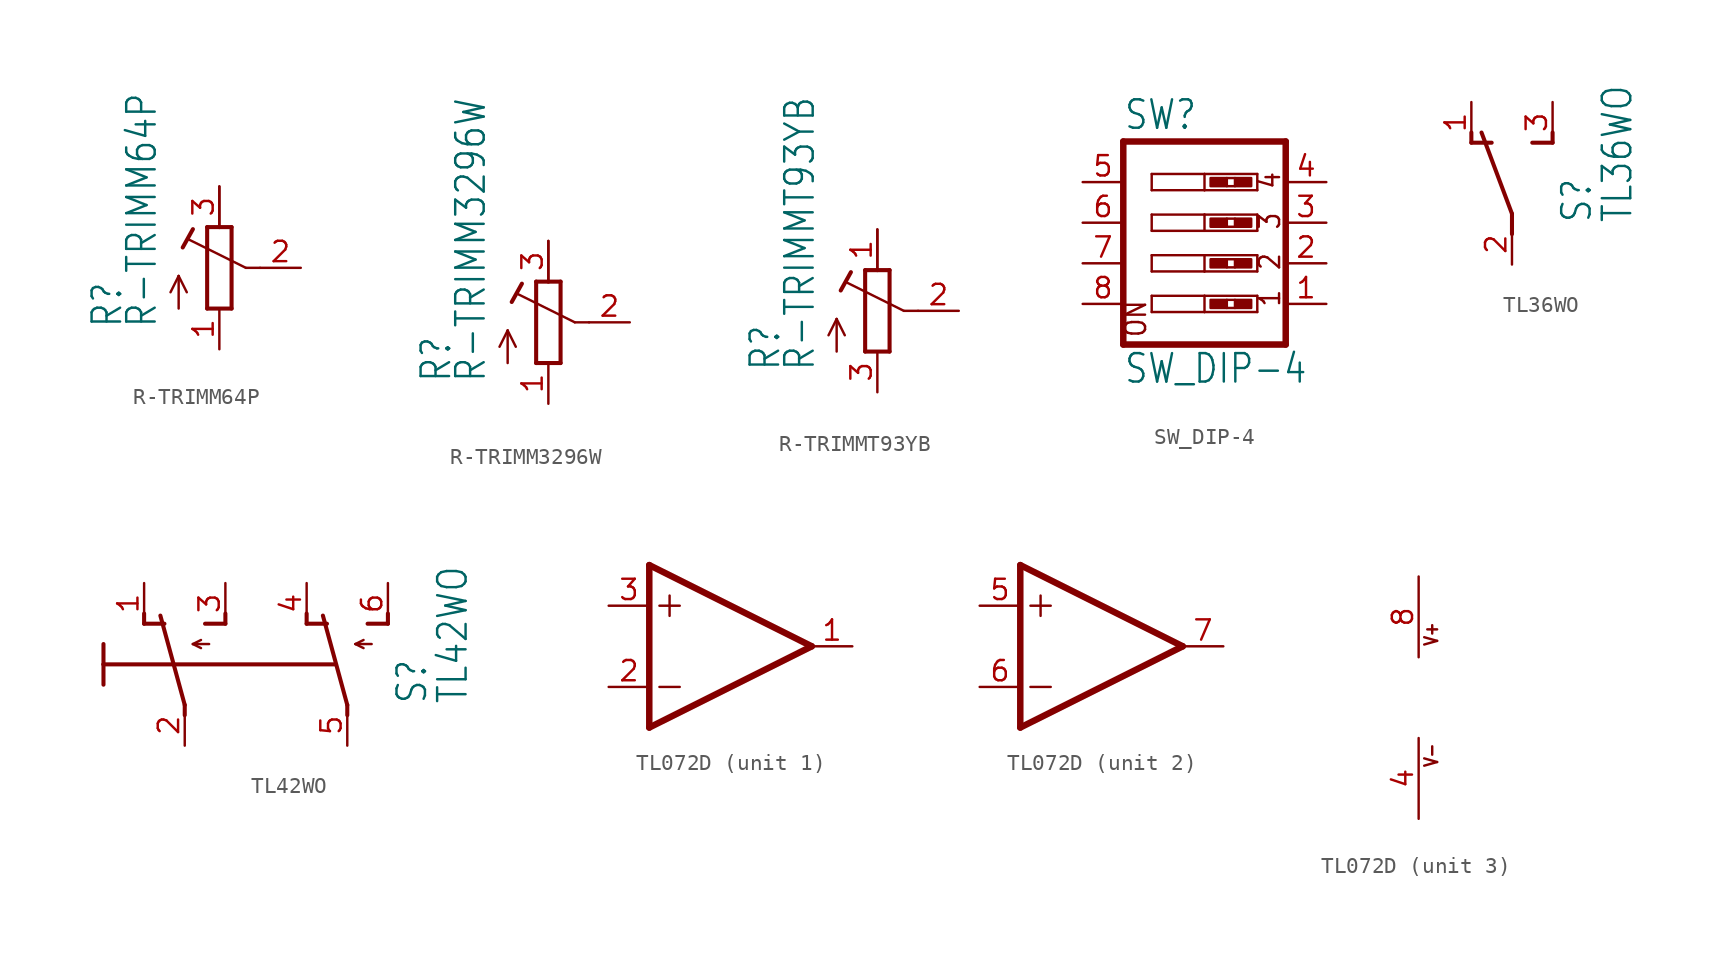
<source format=kicad_sym>
(kicad_symbol_lib
  (version 20211014)
  (generator kicad_symbol_editor)
  (symbol "R-TRIMM64P"
    (property "Reference" "R"
      (at -5.969 -3.81 90)
      (effects (font (size 1.778 1.511)) (justify left bottom)))
    (property "Value" "R-TRIMM64P"
      (at -3.81 -3.81 90)
      (effects (font (size 1.778 1.511)) (justify left bottom)))
    (property "ki_locked" ""
      (at 0 0 0)
      (effects (font (size 1.27 1.27))))
    (symbol "R-TRIMM64P_1_0"
      (polyline (pts (xy -2.54 -2.54) (xy -2.54 -0.508)) (stroke (width 0.152) (type default) (color 0 0 0 0)) (fill (type none)))
      (polyline (pts (xy -2.54 -0.508) (xy -3.048 -1.524)) (stroke (width 0.152) (type default) (color 0 0 0 0)) (fill (type none)))
      (polyline (pts (xy -2.54 -0.508) (xy -2.032 -1.524)) (stroke (width 0.152) (type default) (color 0 0 0 0)) (fill (type none)))
      (polyline (pts (xy -2.286 1.27) (xy -1.651 2.413)) (stroke (width 0.254) (type default) (color 0 0 0 0)) (fill (type none)))
      (polyline (pts (xy -0.762 -2.54) (xy 0.762 -2.54)) (stroke (width 0.254) (type default) (color 0 0 0 0)) (fill (type none)))
      (polyline (pts (xy -0.762 2.54) (xy -0.762 -2.54)) (stroke (width 0.254) (type default) (color 0 0 0 0)) (fill (type none)))
      (polyline (pts (xy 0 2.54) (xy -0.762 2.54)) (stroke (width 0.254) (type default) (color 0 0 0 0)) (fill (type none)))
      (polyline (pts (xy 0 2.54) (xy 0 5.08)) (stroke (width 0.152) (type default) (color 0 0 0 0)) (fill (type none)))
      (polyline (pts (xy 0.762 -2.54) (xy 0.762 2.54)) (stroke (width 0.254) (type default) (color 0 0 0 0)) (fill (type none)))
      (polyline (pts (xy 0.762 2.54) (xy 0 2.54)) (stroke (width 0.254) (type default) (color 0 0 0 0)) (fill (type none)))
      (polyline (pts (xy 1.651 0) (xy -1.88 1.753)) (stroke (width 0.152) (type default) (color 0 0 0 0)) (fill (type none)))
      (polyline (pts (xy 2.54 0) (xy 1.651 0)) (stroke (width 0.152) (type default) (color 0 0 0 0)) (fill (type none)))
      (pin passive line (at 0 -5.08 90) (length 2.54) (name "A" (effects (font (size 0 0)))) (number "1" (effects (font (size 1.27 1.27)))))
      (pin passive line (at 5.08 0 180) (length 2.54) (name "S" (effects (font (size 0 0)))) (number "2" (effects (font (size 1.27 1.27)))))
      (pin passive line (at 0 5.08 270) (length 2.54) (name "E" (effects (font (size 0 0)))) (number "3" (effects (font (size 1.27 1.27)))))))
  (symbol "R-TRIMM3296W"
    (property "Reference" "R"
      (at -5.969 -3.81 90)
      (effects (font (size 1.778 1.511)) (justify left bottom)))
    (property "Value" "R-TRIMM3296W"
      (at -3.81 -3.81 90)
      (effects (font (size 1.778 1.511)) (justify left bottom)))
    (property "ki_locked" ""
      (at 0 0 0)
      (effects (font (size 1.27 1.27))))
    (symbol "R-TRIMM3296W_1_0"
      (polyline (pts (xy -2.54 -2.54) (xy -2.54 -0.508)) (stroke (width 0.152) (type default) (color 0 0 0 0)) (fill (type none)))
      (polyline (pts (xy -2.54 -0.508) (xy -3.048 -1.524)) (stroke (width 0.152) (type default) (color 0 0 0 0)) (fill (type none)))
      (polyline (pts (xy -2.54 -0.508) (xy -2.032 -1.524)) (stroke (width 0.152) (type default) (color 0 0 0 0)) (fill (type none)))
      (polyline (pts (xy -2.286 1.27) (xy -1.651 2.413)) (stroke (width 0.254) (type default) (color 0 0 0 0)) (fill (type none)))
      (polyline (pts (xy -0.762 -2.54) (xy 0.762 -2.54)) (stroke (width 0.254) (type default) (color 0 0 0 0)) (fill (type none)))
      (polyline (pts (xy -0.762 2.54) (xy -0.762 -2.54)) (stroke (width 0.254) (type default) (color 0 0 0 0)) (fill (type none)))
      (polyline (pts (xy 0 2.54) (xy -0.762 2.54)) (stroke (width 0.254) (type default) (color 0 0 0 0)) (fill (type none)))
      (polyline (pts (xy 0 2.54) (xy 0 5.08)) (stroke (width 0.152) (type default) (color 0 0 0 0)) (fill (type none)))
      (polyline (pts (xy 0.762 -2.54) (xy 0.762 2.54)) (stroke (width 0.254) (type default) (color 0 0 0 0)) (fill (type none)))
      (polyline (pts (xy 0.762 2.54) (xy 0 2.54)) (stroke (width 0.254) (type default) (color 0 0 0 0)) (fill (type none)))
      (polyline (pts (xy 1.651 0) (xy -1.88 1.753)) (stroke (width 0.152) (type default) (color 0 0 0 0)) (fill (type none)))
      (polyline (pts (xy 2.54 0) (xy 1.651 0)) (stroke (width 0.152) (type default) (color 0 0 0 0)) (fill (type none)))
      (pin passive line (at 0 -5.08 90) (length 2.54) (name "A" (effects (font (size 0 0)))) (number "1" (effects (font (size 1.27 1.27)))))
      (pin passive line (at 5.08 0 180) (length 2.54) (name "S" (effects (font (size 0 0)))) (number "2" (effects (font (size 1.27 1.27)))))
      (pin passive line (at 0 5.08 270) (length 2.54) (name "E" (effects (font (size 0 0)))) (number "3" (effects (font (size 1.27 1.27)))))))
  (symbol "R-TRIMMT93YB"
    (property "Reference" "R"
      (at -5.969 -3.81 90)
      (effects (font (size 1.778 1.511)) (justify left bottom)))
    (property "Value" "R-TRIMMT93YB"
      (at -3.81 -3.81 90)
      (effects (font (size 1.778 1.511)) (justify left bottom)))
    (property "ki_locked" ""
      (at 0 0 0)
      (effects (font (size 1.27 1.27))))
    (symbol "R-TRIMMT93YB_1_0"
      (polyline (pts (xy -2.54 -2.54) (xy -2.54 -0.508)) (stroke (width 0.152) (type default) (color 0 0 0 0)) (fill (type none)))
      (polyline (pts (xy -2.54 -0.508) (xy -3.048 -1.524)) (stroke (width 0.152) (type default) (color 0 0 0 0)) (fill (type none)))
      (polyline (pts (xy -2.54 -0.508) (xy -2.032 -1.524)) (stroke (width 0.152) (type default) (color 0 0 0 0)) (fill (type none)))
      (polyline (pts (xy -2.286 1.27) (xy -1.651 2.413)) (stroke (width 0.254) (type default) (color 0 0 0 0)) (fill (type none)))
      (polyline (pts (xy -0.762 -2.54) (xy 0.762 -2.54)) (stroke (width 0.254) (type default) (color 0 0 0 0)) (fill (type none)))
      (polyline (pts (xy -0.762 2.54) (xy -0.762 -2.54)) (stroke (width 0.254) (type default) (color 0 0 0 0)) (fill (type none)))
      (polyline (pts (xy 0 2.54) (xy -0.762 2.54)) (stroke (width 0.254) (type default) (color 0 0 0 0)) (fill (type none)))
      (polyline (pts (xy 0 2.54) (xy 0 5.08)) (stroke (width 0.152) (type default) (color 0 0 0 0)) (fill (type none)))
      (polyline (pts (xy 0.762 -2.54) (xy 0.762 2.54)) (stroke (width 0.254) (type default) (color 0 0 0 0)) (fill (type none)))
      (polyline (pts (xy 0.762 2.54) (xy 0 2.54)) (stroke (width 0.254) (type default) (color 0 0 0 0)) (fill (type none)))
      (polyline (pts (xy 1.651 0) (xy -1.88 1.753)) (stroke (width 0.152) (type default) (color 0 0 0 0)) (fill (type none)))
      (polyline (pts (xy 2.54 0) (xy 1.651 0)) (stroke (width 0.152) (type default) (color 0 0 0 0)) (fill (type none)))
      (pin passive line (at 0 5.08 270) (length 2.54) (name "E" (effects (font (size 0 0)))) (number "1" (effects (font (size 1.27 1.27)))))
      (pin passive line (at 5.08 0 180) (length 2.54) (name "S" (effects (font (size 0 0)))) (number "2" (effects (font (size 1.27 1.27)))))
      (pin passive line (at 0 -5.08 90) (length 2.54) (name "A" (effects (font (size 0 0)))) (number "3" (effects (font (size 1.27 1.27)))))))
  (symbol "SW_DIP-4"
    (property "Reference" "SW"
      (at -5.08 5.715 0)
      (effects (font (size 1.778 1.511)) (justify left bottom)))
    (property "Value" "SW_DIP-4"
      (at -5.08 -10.16 0)
      (effects (font (size 1.778 1.511)) (justify left bottom)))
    (property "ki_locked" ""
      (at 0 0 0)
      (effects (font (size 1.27 1.27))))
    (symbol "SW_DIP-4_1_0"
      (polyline (pts (xy -5.08 -7.62) (xy 5.08 -7.62)) (stroke (width 0.406) (type default) (color 0 0 0 0)) (fill (type none)))
      (polyline (pts (xy -5.08 5.08) (xy -5.08 -7.62)) (stroke (width 0.406) (type default) (color 0 0 0 0)) (fill (type none)))
      (polyline (pts (xy -3.302 -5.588) (xy -3.302 -4.572)) (stroke (width 0.152) (type default) (color 0 0 0 0)) (fill (type none)))
      (polyline (pts (xy -3.302 -4.572) (xy 0 -4.572)) (stroke (width 0.152) (type default) (color 0 0 0 0)) (fill (type none)))
      (polyline (pts (xy -3.302 -3.048) (xy -3.302 -2.032)) (stroke (width 0.152) (type default) (color 0 0 0 0)) (fill (type none)))
      (polyline (pts (xy -3.302 -2.032) (xy 0 -2.032)) (stroke (width 0.152) (type default) (color 0 0 0 0)) (fill (type none)))
      (polyline (pts (xy -3.302 -0.508) (xy -3.302 0.508)) (stroke (width 0.152) (type default) (color 0 0 0 0)) (fill (type none)))
      (polyline (pts (xy -3.302 0.508) (xy 0 0.508)) (stroke (width 0.152) (type default) (color 0 0 0 0)) (fill (type none)))
      (polyline (pts (xy -3.302 2.032) (xy -3.302 3.048)) (stroke (width 0.152) (type default) (color 0 0 0 0)) (fill (type none)))
      (polyline (pts (xy -3.302 3.048) (xy 0 3.048)) (stroke (width 0.152) (type default) (color 0 0 0 0)) (fill (type none)))
      (polyline (pts (xy 0 -5.588) (xy -3.302 -5.588)) (stroke (width 0.152) (type default) (color 0 0 0 0)) (fill (type none)))
      (polyline (pts (xy 0 -4.572) (xy 0 -5.588)) (stroke (width 0.152) (type default) (color 0 0 0 0)) (fill (type none)))
      (polyline (pts (xy 0 -4.572) (xy 3.302 -4.572)) (stroke (width 0.152) (type default) (color 0 0 0 0)) (fill (type none)))
      (polyline (pts (xy 0 -3.048) (xy -3.302 -3.048)) (stroke (width 0.152) (type default) (color 0 0 0 0)) (fill (type none)))
      (polyline (pts (xy 0 -2.032) (xy 0 -3.048)) (stroke (width 0.152) (type default) (color 0 0 0 0)) (fill (type none)))
      (polyline (pts (xy 0 -2.032) (xy 3.302 -2.032)) (stroke (width 0.152) (type default) (color 0 0 0 0)) (fill (type none)))
      (polyline (pts (xy 0 -0.508) (xy -3.302 -0.508)) (stroke (width 0.152) (type default) (color 0 0 0 0)) (fill (type none)))
      (polyline (pts (xy 0 0.508) (xy 0 -0.508)) (stroke (width 0.152) (type default) (color 0 0 0 0)) (fill (type none)))
      (polyline (pts (xy 0 0.508) (xy 3.302 0.508)) (stroke (width 0.152) (type default) (color 0 0 0 0)) (fill (type none)))
      (polyline (pts (xy 0 2.032) (xy -3.302 2.032)) (stroke (width 0.152) (type default) (color 0 0 0 0)) (fill (type none)))
      (polyline (pts (xy 0 3.048) (xy 0 2.032)) (stroke (width 0.152) (type default) (color 0 0 0 0)) (fill (type none)))
      (polyline (pts (xy 0 3.048) (xy 3.302 3.048)) (stroke (width 0.152) (type default) (color 0 0 0 0)) (fill (type none)))
      (polyline (pts (xy 1.397 -5.334) (xy 1.905 -5.334)) (stroke (width 0) (type default) (color 0 0 0 0)) (fill (type none)))
      (polyline (pts (xy 1.397 -4.826) (xy 1.905 -4.826)) (stroke (width 0) (type default) (color 0 0 0 0)) (fill (type none)))
      (polyline (pts (xy 1.397 -2.794) (xy 1.905 -2.794)) (stroke (width 0) (type default) (color 0 0 0 0)) (fill (type none)))
      (polyline (pts (xy 1.397 -2.286) (xy 1.905 -2.286)) (stroke (width 0) (type default) (color 0 0 0 0)) (fill (type none)))
      (polyline (pts (xy 1.397 -0.254) (xy 1.905 -0.254)) (stroke (width 0) (type default) (color 0 0 0 0)) (fill (type none)))
      (polyline (pts (xy 1.397 0.254) (xy 1.905 0.254)) (stroke (width 0) (type default) (color 0 0 0 0)) (fill (type none)))
      (polyline (pts (xy 1.397 2.286) (xy 1.905 2.286)) (stroke (width 0) (type default) (color 0 0 0 0)) (fill (type none)))
      (polyline (pts (xy 1.397 2.794) (xy 1.905 2.794)) (stroke (width 0) (type default) (color 0 0 0 0)) (fill (type none)))
      (polyline (pts (xy 3.302 -5.588) (xy 0 -5.588)) (stroke (width 0.152) (type default) (color 0 0 0 0)) (fill (type none)))
      (polyline (pts (xy 3.302 -4.572) (xy 3.302 -5.588)) (stroke (width 0.152) (type default) (color 0 0 0 0)) (fill (type none)))
      (polyline (pts (xy 3.302 -3.048) (xy 0 -3.048)) (stroke (width 0.152) (type default) (color 0 0 0 0)) (fill (type none)))
      (polyline (pts (xy 3.302 -2.032) (xy 3.302 -3.048)) (stroke (width 0.152) (type default) (color 0 0 0 0)) (fill (type none)))
      (polyline (pts (xy 3.302 -0.508) (xy 0 -0.508)) (stroke (width 0.152) (type default) (color 0 0 0 0)) (fill (type none)))
      (polyline (pts (xy 3.302 0.508) (xy 3.302 -0.508)) (stroke (width 0.152) (type default) (color 0 0 0 0)) (fill (type none)))
      (polyline (pts (xy 3.302 2.032) (xy 0 2.032)) (stroke (width 0.152) (type default) (color 0 0 0 0)) (fill (type none)))
      (polyline (pts (xy 3.302 3.048) (xy 3.302 2.032)) (stroke (width 0.152) (type default) (color 0 0 0 0)) (fill (type none)))
      (polyline (pts (xy 5.08 -7.62) (xy 5.08 5.08)) (stroke (width 0.406) (type default) (color 0 0 0 0)) (fill (type none)))
      (polyline (pts (xy 5.08 5.08) (xy -5.08 5.08)) (stroke (width 0.406) (type default) (color 0 0 0 0)) (fill (type none)))
      (rectangle (start 0.381 -5.334) (end 1.397 -4.826) (stroke (width 0) (type default) (color 0 0 0 0)) (fill (type outline)))
      (rectangle (start 0.381 -2.794) (end 1.397 -2.286) (stroke (width 0) (type default) (color 0 0 0 0)) (fill (type outline)))
      (rectangle (start 0.381 -0.254) (end 1.397 0.254) (stroke (width 0) (type default) (color 0 0 0 0)) (fill (type outline)))
      (rectangle (start 0.381 2.286) (end 1.397 2.794) (stroke (width 0) (type default) (color 0 0 0 0)) (fill (type outline)))
      (rectangle (start 1.905 -5.334) (end 2.921 -4.826) (stroke (width 0) (type default) (color 0 0 0 0)) (fill (type outline)))
      (rectangle (start 1.905 -2.794) (end 2.921 -2.286) (stroke (width 0) (type default) (color 0 0 0 0)) (fill (type outline)))
      (rectangle (start 1.905 -0.254) (end 2.921 0.254) (stroke (width 0) (type default) (color 0 0 0 0)) (fill (type outline)))
      (rectangle (start 1.905 2.286) (end 2.921 2.794) (stroke (width 0) (type default) (color 0 0 0 0)) (fill (type outline)))
      (text "1" (at 4.826 -5.334 900) (effects (font (size 1.27 1.079)) (justify left bottom)))
      (text "2" (at 4.826 -3.048 900) (effects (font (size 1.27 1.079)) (justify left bottom)))
      (text "3" (at 4.826 -0.508 900) (effects (font (size 1.27 1.079)) (justify left bottom)))
      (text "4" (at 4.826 2.032 900) (effects (font (size 1.27 1.079)) (justify left bottom)))
      (text "ON" (at -3.556 -7.239 900) (effects (font (size 1.27 1.079)) (justify left bottom)))
      (pin passive line (at 7.62 -5.08 180) (length 2.54) (name "1" (effects (font (size 0 0)))) (number "1" (effects (font (size 1.27 1.27)))))
      (pin passive line (at 7.62 -2.54 180) (length 2.54) (name "2" (effects (font (size 0 0)))) (number "2" (effects (font (size 1.27 1.27)))))
      (pin passive line (at 7.62 0 180) (length 2.54) (name "3" (effects (font (size 0 0)))) (number "3" (effects (font (size 1.27 1.27)))))
      (pin passive line (at 7.62 2.54 180) (length 2.54) (name "4" (effects (font (size 0 0)))) (number "4" (effects (font (size 1.27 1.27)))))
      (pin passive line (at -7.62 2.54 0) (length 2.54) (name "5" (effects (font (size 0 0)))) (number "5" (effects (font (size 1.27 1.27)))))
      (pin passive line (at -7.62 0 0) (length 2.54) (name "6" (effects (font (size 0 0)))) (number "6" (effects (font (size 1.27 1.27)))))
      (pin passive line (at -7.62 -2.54 0) (length 2.54) (name "7" (effects (font (size 0 0)))) (number "7" (effects (font (size 1.27 1.27)))))
      (pin passive line (at -7.62 -5.08 0) (length 2.54) (name "8" (effects (font (size 0 0)))) (number "8" (effects (font (size 1.27 1.27)))))))
  (symbol "TL36WO"
    (property "Reference" "S"
      (at 5.08 -2.54 90)
      (effects (font (size 1.778 1.511)) (justify left bottom)))
    (property "Value" "TL36WO"
      (at 7.62 -2.54 90)
      (effects (font (size 1.778 1.511)) (justify left bottom)))
    (property "ki_locked" ""
      (at 0 0 0)
      (effects (font (size 1.27 1.27))))
    (symbol "TL36WO_1_0"
      (polyline (pts (xy -2.54 2.54) (xy -2.54 3.175)) (stroke (width 0.254) (type default) (color 0 0 0 0)) (fill (type none)))
      (polyline (pts (xy -2.54 2.54) (xy -1.27 2.54)) (stroke (width 0.254) (type default) (color 0 0 0 0)) (fill (type none)))
      (polyline (pts (xy 0 -3.175) (xy 0 -1.905)) (stroke (width 0.254) (type default) (color 0 0 0 0)) (fill (type none)))
      (polyline (pts (xy 0 -1.905) (xy -1.905 3.175)) (stroke (width 0.254) (type default) (color 0 0 0 0)) (fill (type none)))
      (polyline (pts (xy 1.27 2.54) (xy 2.54 2.54)) (stroke (width 0.254) (type default) (color 0 0 0 0)) (fill (type none)))
      (polyline (pts (xy 2.54 2.54) (xy 2.54 3.175)) (stroke (width 0.254) (type default) (color 0 0 0 0)) (fill (type none)))
      (pin passive line (at -2.54 5.08 270) (length 2.54) (name "O" (effects (font (size 0 0)))) (number "1" (effects (font (size 1.27 1.27)))))
      (pin passive line (at 0 -5.08 90) (length 2.54) (name "P" (effects (font (size 0 0)))) (number "2" (effects (font (size 1.27 1.27)))))
      (pin passive line (at 2.54 5.08 270) (length 2.54) (name "S" (effects (font (size 0 0)))) (number "3" (effects (font (size 1.27 1.27)))))))
  (symbol "TL42WO"
    (property "Reference" "S"
      (at 15.24 -2.54 90)
      (effects (font (size 1.778 1.511)) (justify left bottom)))
    (property "Value" "TL42WO"
      (at 17.78 -2.54 90)
      (effects (font (size 1.778 1.511)) (justify left bottom)))
    (property "ki_locked" ""
      (at 0 0 0)
      (effects (font (size 1.27 1.27))))
    (symbol "TL42WO_1_0"
      (polyline (pts (xy -5.08 0) (xy -5.08 -1.27)) (stroke (width 0.254) (type default) (color 0 0 0 0)) (fill (type none)))
      (polyline (pts (xy -5.08 1.27) (xy -5.08 0)) (stroke (width 0.254) (type default) (color 0 0 0 0)) (fill (type none)))
      (polyline (pts (xy -2.54 2.54) (xy -2.54 3.175)) (stroke (width 0.254) (type default) (color 0 0 0 0)) (fill (type none)))
      (polyline (pts (xy -2.54 2.54) (xy -1.27 2.54)) (stroke (width 0.254) (type default) (color 0 0 0 0)) (fill (type none)))
      (polyline (pts (xy 0 -3.175) (xy 0 -2.54)) (stroke (width 0.254) (type default) (color 0 0 0 0)) (fill (type none)))
      (polyline (pts (xy 0 -2.54) (xy -1.524 3.048)) (stroke (width 0.254) (type default) (color 0 0 0 0)) (fill (type none)))
      (polyline (pts (xy 0.508 1.27) (xy 1.016 1.016)) (stroke (width 0.152) (type default) (color 0 0 0 0)) (fill (type none)))
      (polyline (pts (xy 0.508 1.27) (xy 1.016 1.524)) (stroke (width 0.152) (type default) (color 0 0 0 0)) (fill (type none)))
      (polyline (pts (xy 0.508 1.27) (xy 1.524 1.27)) (stroke (width 0.152) (type default) (color 0 0 0 0)) (fill (type none)))
      (polyline (pts (xy 1.27 2.54) (xy 2.54 2.54)) (stroke (width 0.254) (type default) (color 0 0 0 0)) (fill (type none)))
      (polyline (pts (xy 2.54 2.54) (xy 2.54 3.175)) (stroke (width 0.254) (type default) (color 0 0 0 0)) (fill (type none)))
      (polyline (pts (xy 7.62 2.54) (xy 7.62 3.175)) (stroke (width 0.254) (type default) (color 0 0 0 0)) (fill (type none)))
      (polyline (pts (xy 7.62 2.54) (xy 8.89 2.54)) (stroke (width 0.254) (type default) (color 0 0 0 0)) (fill (type none)))
      (polyline (pts (xy 9.398 0) (xy -5.08 0)) (stroke (width 0.254) (type default) (color 0 0 0 0)) (fill (type none)))
      (polyline (pts (xy 10.16 -3.175) (xy 10.16 -2.54)) (stroke (width 0.254) (type default) (color 0 0 0 0)) (fill (type none)))
      (polyline (pts (xy 10.16 -2.54) (xy 8.636 3.048)) (stroke (width 0.254) (type default) (color 0 0 0 0)) (fill (type none)))
      (polyline (pts (xy 10.668 1.27) (xy 11.176 1.016)) (stroke (width 0.152) (type default) (color 0 0 0 0)) (fill (type none)))
      (polyline (pts (xy 10.668 1.27) (xy 11.176 1.524)) (stroke (width 0.152) (type default) (color 0 0 0 0)) (fill (type none)))
      (polyline (pts (xy 10.668 1.27) (xy 11.684 1.27)) (stroke (width 0.152) (type default) (color 0 0 0 0)) (fill (type none)))
      (polyline (pts (xy 11.43 2.54) (xy 12.7 2.54)) (stroke (width 0.254) (type default) (color 0 0 0 0)) (fill (type none)))
      (polyline (pts (xy 12.7 2.54) (xy 12.7 3.175)) (stroke (width 0.254) (type default) (color 0 0 0 0)) (fill (type none)))
      (pin passive line (at -2.54 5.08 270) (length 2.54) (name "O" (effects (font (size 0 0)))) (number "1" (effects (font (size 1.27 1.27)))))
      (pin passive line (at 0 -5.08 90) (length 2.54) (name "P" (effects (font (size 0 0)))) (number "2" (effects (font (size 1.27 1.27)))))
      (pin passive line (at 2.54 5.08 270) (length 2.54) (name "S" (effects (font (size 0 0)))) (number "3" (effects (font (size 1.27 1.27)))))
      (pin passive line (at 7.62 5.08 270) (length 2.54) (name "O1" (effects (font (size 0 0)))) (number "4" (effects (font (size 1.27 1.27)))))
      (pin passive line (at 10.16 -5.08 90) (length 2.54) (name "P1" (effects (font (size 0 0)))) (number "5" (effects (font (size 1.27 1.27)))))
      (pin passive line (at 12.7 5.08 270) (length 2.54) (name "S1" (effects (font (size 0 0)))) (number "6" (effects (font (size 1.27 1.27)))))))
  (symbol "TL072D"
    (property "Reference" "IC"
      (at 2.54 3.175 0)
      (effects (font (size 1.778 1.511)) (justify left bottom) hide))
    (property "ki_locked" ""
      (at 0 0 0)
      (effects (font (size 1.27 1.27))))
    (symbol "TL072D_1_0"
      (polyline (pts (xy -5.08 -5.08) (xy 5.08 0)) (stroke (width 0.406) (type default) (color 0 0 0 0)) (fill (type none)))
      (polyline (pts (xy -5.08 5.08) (xy -5.08 -5.08)) (stroke (width 0.406) (type default) (color 0 0 0 0)) (fill (type none)))
      (polyline (pts (xy -4.445 -2.54) (xy -3.175 -2.54)) (stroke (width 0.152) (type default) (color 0 0 0 0)) (fill (type none)))
      (polyline (pts (xy -4.445 2.54) (xy -3.175 2.54)) (stroke (width 0.152) (type default) (color 0 0 0 0)) (fill (type none)))
      (polyline (pts (xy -3.81 3.175) (xy -3.81 1.905)) (stroke (width 0.152) (type default) (color 0 0 0 0)) (fill (type none)))
      (polyline (pts (xy 5.08 0) (xy -5.08 5.08)) (stroke (width 0.406) (type default) (color 0 0 0 0)) (fill (type none)))
      (pin output line (at 7.62 0 180) (length 2.54) (name "OUT" (effects (font (size 0 0)))) (number "1" (effects (font (size 1.27 1.27)))))
      (pin input line (at -7.62 -2.54 0) (length 2.54) (name "-IN" (effects (font (size 0 0)))) (number "2" (effects (font (size 1.27 1.27)))))
      (pin input line (at -7.62 2.54 0) (length 2.54) (name "+IN" (effects (font (size 0 0)))) (number "3" (effects (font (size 1.27 1.27))))))
    (symbol "TL072D_2_0"
      (polyline (pts (xy -5.08 -5.08) (xy 5.08 0)) (stroke (width 0.406) (type default) (color 0 0 0 0)) (fill (type none)))
      (polyline (pts (xy -5.08 5.08) (xy -5.08 -5.08)) (stroke (width 0.406) (type default) (color 0 0 0 0)) (fill (type none)))
      (polyline (pts (xy -4.445 -2.54) (xy -3.175 -2.54)) (stroke (width 0.152) (type default) (color 0 0 0 0)) (fill (type none)))
      (polyline (pts (xy -4.445 2.54) (xy -3.175 2.54)) (stroke (width 0.152) (type default) (color 0 0 0 0)) (fill (type none)))
      (polyline (pts (xy -3.81 3.175) (xy -3.81 1.905)) (stroke (width 0.152) (type default) (color 0 0 0 0)) (fill (type none)))
      (polyline (pts (xy 5.08 0) (xy -5.08 5.08)) (stroke (width 0.406) (type default) (color 0 0 0 0)) (fill (type none)))
      (pin input line (at -7.62 2.54 0) (length 2.54) (name "+IN" (effects (font (size 0 0)))) (number "5" (effects (font (size 1.27 1.27)))))
      (pin input line (at -7.62 -2.54 0) (length 2.54) (name "-IN" (effects (font (size 0 0)))) (number "6" (effects (font (size 1.27 1.27)))))
      (pin output line (at 7.62 0 180) (length 2.54) (name "OUT" (effects (font (size 0 0)))) (number "7" (effects (font (size 1.27 1.27))))))
    (symbol "TL072D_3_0"
      (text "V+" (at 1.27 3.175 900) (effects (font (size 0.813 0.691)) (justify left bottom)))
      (text "V-" (at 1.27 -4.445 900) (effects (font (size 0.813 0.691)) (justify left bottom)))
      (pin power_in line (at 0 -7.62 90) (length 5.08) (name "V-" (effects (font (size 0 0)))) (number "4" (effects (font (size 1.27 1.27)))))
      (pin power_in line (at 0 7.62 270) (length 5.08) (name "V+" (effects (font (size 0 0)))) (number "8" (effects (font (size 1.27 1.27))))))))
</source>
